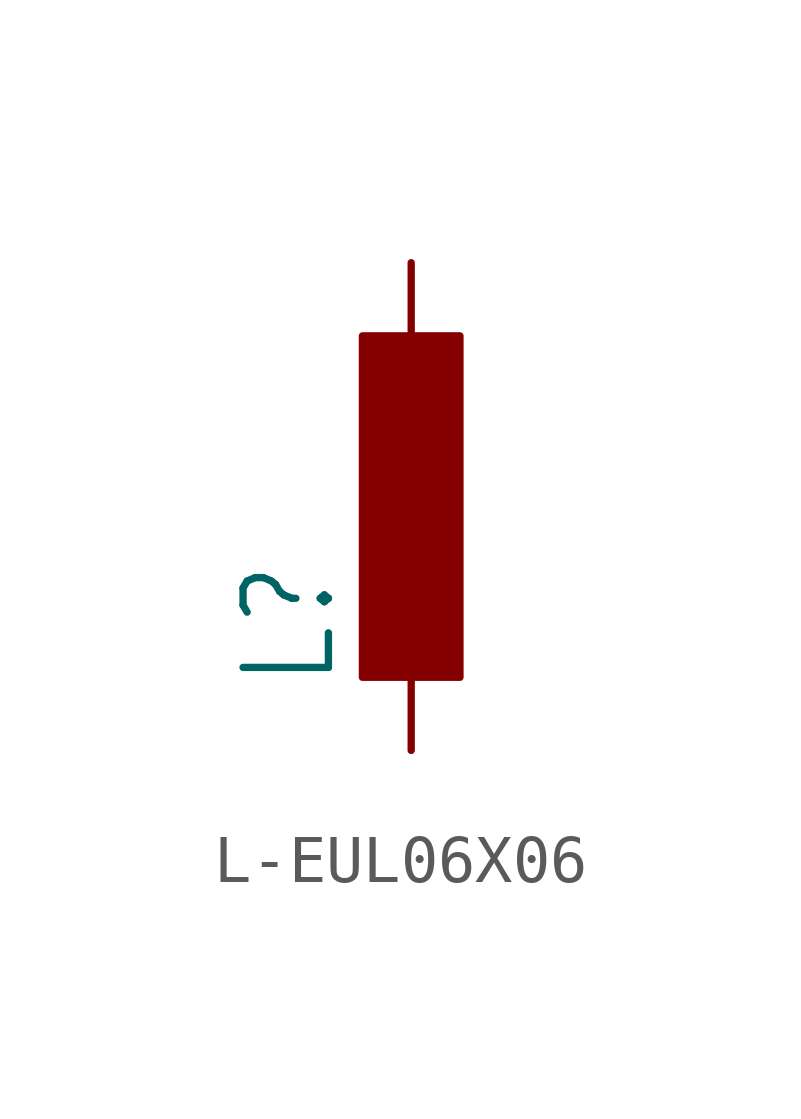
<source format=kicad_sym>
(kicad_symbol_lib
  (version 20241209)
  (generator "kicad_symbol_editor")
  (generator_version "9.0")
  (symbol "L-EUL06X06"
    (property "Reference" "L"
      (at -1.499 -3.81 90)
      (effects (font (size 1.778 1.511)) (justify left bottom)))
    (property "Value" ""
      (at 3.302 -3.81 90)
      (effects (font (size 1.778 1.511)) (justify left bottom)))
    (property "ki_locked" ""
      (at 0 0 0)
      (effects (font (size 1.27 1.27))))
    (symbol "L-EUL06X06_1_0"
      (rectangle (start -1.016 -3.556) (end 1.016 3.556) (stroke (width 0) (type default)) (fill (type outline)))
      (pin passive line (at 0 5.08 270) (length 2.54) (name "1" (effects (font (size 0 0)))) (number "P$1" (effects (font (size 0 0)))))
      (pin passive line (at 0 -5.08 90) (length 2.54) (name "2" (effects (font (size 0 0)))) (number "P$2" (effects (font (size 0 0))))))))
</source>
